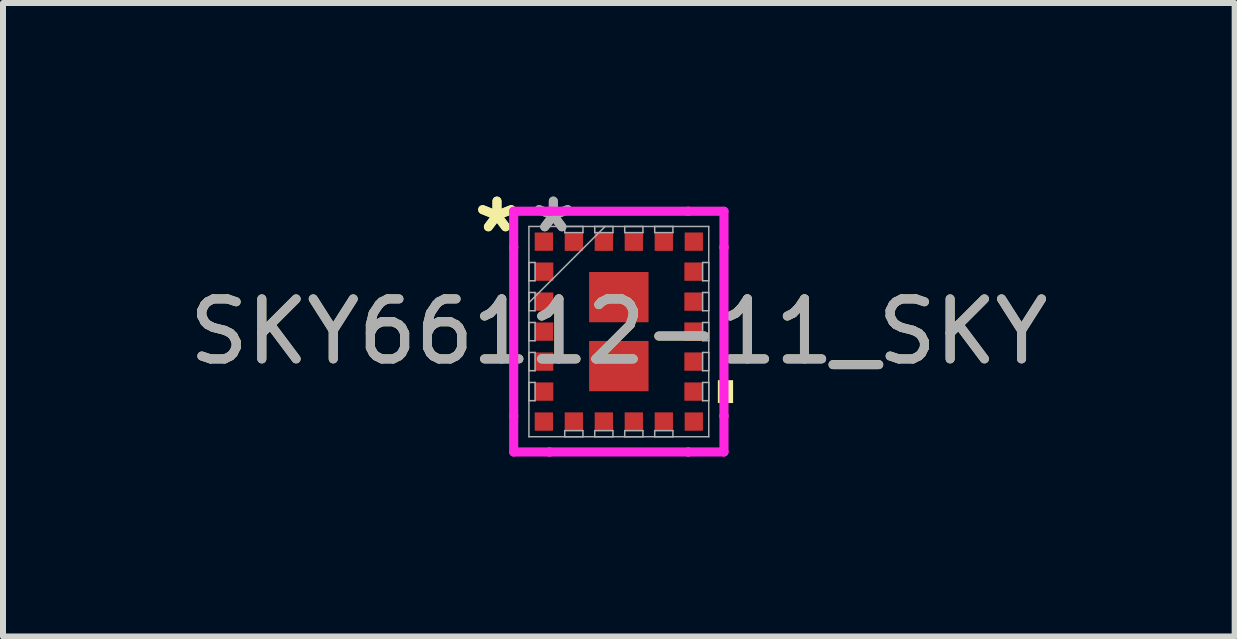
<source format=kicad_pcb>
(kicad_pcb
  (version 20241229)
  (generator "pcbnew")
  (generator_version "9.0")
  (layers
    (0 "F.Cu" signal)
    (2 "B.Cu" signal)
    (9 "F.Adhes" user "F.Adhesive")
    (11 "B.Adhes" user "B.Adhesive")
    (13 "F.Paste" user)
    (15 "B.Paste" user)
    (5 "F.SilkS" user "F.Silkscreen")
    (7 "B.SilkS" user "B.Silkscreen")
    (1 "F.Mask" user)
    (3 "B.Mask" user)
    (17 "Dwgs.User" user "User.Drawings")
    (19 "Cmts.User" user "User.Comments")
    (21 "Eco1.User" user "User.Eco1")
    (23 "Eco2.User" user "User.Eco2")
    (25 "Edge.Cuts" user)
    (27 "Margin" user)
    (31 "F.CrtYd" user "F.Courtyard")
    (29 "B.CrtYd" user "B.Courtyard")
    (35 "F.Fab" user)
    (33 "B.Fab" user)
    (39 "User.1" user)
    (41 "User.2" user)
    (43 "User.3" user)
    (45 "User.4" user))
  (footprint "SKY66112-11_SKY"
    (layer "F.Cu")
    (at 7.268 2.479)
    (property "Reference" "SKY66112-11_SKY" (at 0 0 0) (unlocked yes) (layer "F.SilkS") (effects (font (size 1 1) (thickness 0.15))))
    (attr smd)
    (fp_poly (pts (xy 1.905 0.81) (xy 1.905 1.191) (xy 1.651 1.191) (xy 1.651 0.81)) (stroke (width 0) (type solid)) (fill yes) (layer "F.SilkS"))
    (fp_line (start -1.753 -2.007) (end -1.156 -2.007) (stroke (width 0.152) (type solid)) (layer "F.CrtYd"))
    (fp_line (start -1.753 -1.406) (end -1.753 -2.007) (stroke (width 0.152) (type solid)) (layer "F.CrtYd"))
    (fp_line (start -1.753 -1.406) (end -1.753 -1.406) (stroke (width 0.152) (type solid)) (layer "F.CrtYd"))
    (fp_line (start -1.753 1.406) (end -1.753 -1.406) (stroke (width 0.152) (type solid)) (layer "F.CrtYd"))
    (fp_line (start -1.753 1.406) (end -1.753 1.406) (stroke (width 0.152) (type solid)) (layer "F.CrtYd"))
    (fp_line (start -1.753 2.007) (end -1.753 1.406) (stroke (width 0.152) (type solid)) (layer "F.CrtYd"))
    (fp_line (start -1.156 -2.007) (end -1.156 -2.007) (stroke (width 0.152) (type solid)) (layer "F.CrtYd"))
    (fp_line (start -1.156 -2.007) (end 1.156 -2.007) (stroke (width 0.152) (type solid)) (layer "F.CrtYd"))
    (fp_line (start -1.156 2.007) (end -1.753 2.007) (stroke (width 0.152) (type solid)) (layer "F.CrtYd"))
    (fp_line (start -1.156 2.007) (end -1.156 2.007) (stroke (width 0.152) (type solid)) (layer "F.CrtYd"))
    (fp_line (start 1.156 -2.007) (end 1.156 -2.007) (stroke (width 0.152) (type solid)) (layer "F.CrtYd"))
    (fp_line (start 1.156 -2.007) (end 1.753 -2.007) (stroke (width 0.152) (type solid)) (layer "F.CrtYd"))
    (fp_line (start 1.156 2.007) (end -1.156 2.007) (stroke (width 0.152) (type solid)) (layer "F.CrtYd"))
    (fp_line (start 1.156 2.007) (end 1.156 2.007) (stroke (width 0.152) (type solid)) (layer "F.CrtYd"))
    (fp_line (start 1.753 -2.007) (end 1.753 -1.406) (stroke (width 0.152) (type solid)) (layer "F.CrtYd"))
    (fp_line (start 1.753 -1.406) (end 1.753 -1.406) (stroke (width 0.152) (type solid)) (layer "F.CrtYd"))
    (fp_line (start 1.753 -1.406) (end 1.753 1.406) (stroke (width 0.152) (type solid)) (layer "F.CrtYd"))
    (fp_line (start 1.753 1.406) (end 1.753 1.406) (stroke (width 0.152) (type solid)) (layer "F.CrtYd"))
    (fp_line (start 1.753 1.406) (end 1.753 2.007) (stroke (width 0.152) (type solid)) (layer "F.CrtYd"))
    (fp_line (start 1.753 2.007) (end 1.156 2.007) (stroke (width 0.152) (type solid)) (layer "F.CrtYd"))
    (fp_line (start -1.499 -1.753) (end -1.499 1.753) (stroke (width 0.025) (type solid)) (layer "F.Fab"))
    (fp_line (start -1.499 -1.152) (end -1.397 -1.152) (stroke (width 0.025) (type solid)) (layer "F.Fab"))
    (fp_line (start -1.499 -0.848) (end -1.499 -1.152) (stroke (width 0.025) (type solid)) (layer "F.Fab"))
    (fp_line (start -1.499 -0.652) (end -1.397 -0.652) (stroke (width 0.025) (type solid)) (layer "F.Fab"))
    (fp_line (start -1.499 -0.483) (end -0.229 -1.753) (stroke (width 0.025) (type solid)) (layer "F.Fab"))
    (fp_line (start -1.499 -0.348) (end -1.499 -0.652) (stroke (width 0.025) (type solid)) (layer "F.Fab"))
    (fp_line (start -1.499 -0.152) (end -1.397 -0.152) (stroke (width 0.025) (type solid)) (layer "F.Fab"))
    (fp_line (start -1.499 0.152) (end -1.499 -0.152) (stroke (width 0.025) (type solid)) (layer "F.Fab"))
    (fp_line (start -1.499 0.348) (end -1.397 0.348) (stroke (width 0.025) (type solid)) (layer "F.Fab"))
    (fp_line (start -1.499 0.652) (end -1.499 0.348) (stroke (width 0.025) (type solid)) (layer "F.Fab"))
    (fp_line (start -1.499 0.848) (end -1.397 0.848) (stroke (width 0.025) (type solid)) (layer "F.Fab"))
    (fp_line (start -1.499 1.152) (end -1.499 0.848) (stroke (width 0.025) (type solid)) (layer "F.Fab"))
    (fp_line (start -1.499 1.753) (end 1.499 1.753) (stroke (width 0.025) (type solid)) (layer "F.Fab"))
    (fp_line (start -1.397 -1.152) (end -1.397 -0.848) (stroke (width 0.025) (type solid)) (layer "F.Fab"))
    (fp_line (start -1.397 -0.848) (end -1.499 -0.848) (stroke (width 0.025) (type solid)) (layer "F.Fab"))
    (fp_line (start -1.397 -0.652) (end -1.397 -0.348) (stroke (width 0.025) (type solid)) (layer "F.Fab"))
    (fp_line (start -1.397 -0.348) (end -1.499 -0.348) (stroke (width 0.025) (type solid)) (layer "F.Fab"))
    (fp_line (start -1.397 -0.152) (end -1.397 0.152) (stroke (width 0.025) (type solid)) (layer "F.Fab"))
    (fp_line (start -1.397 0.152) (end -1.499 0.152) (stroke (width 0.025) (type solid)) (layer "F.Fab"))
    (fp_line (start -1.397 0.348) (end -1.397 0.652) (stroke (width 0.025) (type solid)) (layer "F.Fab"))
    (fp_line (start -1.397 0.652) (end -1.499 0.652) (stroke (width 0.025) (type solid)) (layer "F.Fab"))
    (fp_line (start -1.397 0.848) (end -1.397 1.152) (stroke (width 0.025) (type solid)) (layer "F.Fab"))
    (fp_line (start -1.397 1.152) (end -1.499 1.152) (stroke (width 0.025) (type solid)) (layer "F.Fab"))
    (fp_line (start -0.902 -1.753) (end -0.598 -1.753) (stroke (width 0.025) (type solid)) (layer "F.Fab"))
    (fp_line (start -0.902 -1.651) (end -0.902 -1.753) (stroke (width 0.025) (type solid)) (layer "F.Fab"))
    (fp_line (start -0.902 1.651) (end -0.598 1.651) (stroke (width 0.025) (type solid)) (layer "F.Fab"))
    (fp_line (start -0.902 1.753) (end -0.902 1.651) (stroke (width 0.025) (type solid)) (layer "F.Fab"))
    (fp_line (start -0.598 -1.753) (end -0.598 -1.651) (stroke (width 0.025) (type solid)) (layer "F.Fab"))
    (fp_line (start -0.598 -1.651) (end -0.902 -1.651) (stroke (width 0.025) (type solid)) (layer "F.Fab"))
    (fp_line (start -0.598 1.651) (end -0.598 1.753) (stroke (width 0.025) (type solid)) (layer "F.Fab"))
    (fp_line (start -0.598 1.753) (end -0.902 1.753) (stroke (width 0.025) (type solid)) (layer "F.Fab"))
    (fp_line (start -0.402 -1.753) (end -0.098 -1.753) (stroke (width 0.025) (type solid)) (layer "F.Fab"))
    (fp_line (start -0.402 -1.651) (end -0.402 -1.753) (stroke (width 0.025) (type solid)) (layer "F.Fab"))
    (fp_line (start -0.402 1.651) (end -0.098 1.651) (stroke (width 0.025) (type solid)) (layer "F.Fab"))
    (fp_line (start -0.402 1.753) (end -0.402 1.651) (stroke (width 0.025) (type solid)) (layer "F.Fab"))
    (fp_line (start -0.098 -1.753) (end -0.098 -1.651) (stroke (width 0.025) (type solid)) (layer "F.Fab"))
    (fp_line (start -0.098 -1.651) (end -0.402 -1.651) (stroke (width 0.025) (type solid)) (layer "F.Fab"))
    (fp_line (start -0.098 1.651) (end -0.098 1.753) (stroke (width 0.025) (type solid)) (layer "F.Fab"))
    (fp_line (start -0.098 1.753) (end -0.402 1.753) (stroke (width 0.025) (type solid)) (layer "F.Fab"))
    (fp_line (start 0.098 -1.753) (end 0.402 -1.753) (stroke (width 0.025) (type solid)) (layer "F.Fab"))
    (fp_line (start 0.098 -1.651) (end 0.098 -1.753) (stroke (width 0.025) (type solid)) (layer "F.Fab"))
    (fp_line (start 0.098 1.651) (end 0.402 1.651) (stroke (width 0.025) (type solid)) (layer "F.Fab"))
    (fp_line (start 0.098 1.753) (end 0.098 1.651) (stroke (width 0.025) (type solid)) (layer "F.Fab"))
    (fp_line (start 0.402 -1.753) (end 0.402 -1.651) (stroke (width 0.025) (type solid)) (layer "F.Fab"))
    (fp_line (start 0.402 -1.651) (end 0.098 -1.651) (stroke (width 0.025) (type solid)) (layer "F.Fab"))
    (fp_line (start 0.402 1.651) (end 0.402 1.753) (stroke (width 0.025) (type solid)) (layer "F.Fab"))
    (fp_line (start 0.402 1.753) (end 0.098 1.753) (stroke (width 0.025) (type solid)) (layer "F.Fab"))
    (fp_line (start 0.598 -1.753) (end 0.902 -1.753) (stroke (width 0.025) (type solid)) (layer "F.Fab"))
    (fp_line (start 0.598 -1.651) (end 0.598 -1.753) (stroke (width 0.025) (type solid)) (layer "F.Fab"))
    (fp_line (start 0.598 1.651) (end 0.902 1.651) (stroke (width 0.025) (type solid)) (layer "F.Fab"))
    (fp_line (start 0.598 1.753) (end 0.598 1.651) (stroke (width 0.025) (type solid)) (layer "F.Fab"))
    (fp_line (start 0.902 -1.753) (end 0.902 -1.651) (stroke (width 0.025) (type solid)) (layer "F.Fab"))
    (fp_line (start 0.902 -1.651) (end 0.598 -1.651) (stroke (width 0.025) (type solid)) (layer "F.Fab"))
    (fp_line (start 0.902 1.651) (end 0.902 1.753) (stroke (width 0.025) (type solid)) (layer "F.Fab"))
    (fp_line (start 0.902 1.753) (end 0.598 1.753) (stroke (width 0.025) (type solid)) (layer "F.Fab"))
    (fp_line (start 1.397 -1.152) (end 1.499 -1.152) (stroke (width 0.025) (type solid)) (layer "F.Fab"))
    (fp_line (start 1.397 -0.848) (end 1.397 -1.152) (stroke (width 0.025) (type solid)) (layer "F.Fab"))
    (fp_line (start 1.397 -0.652) (end 1.499 -0.652) (stroke (width 0.025) (type solid)) (layer "F.Fab"))
    (fp_line (start 1.397 -0.348) (end 1.397 -0.652) (stroke (width 0.025) (type solid)) (layer "F.Fab"))
    (fp_line (start 1.397 -0.152) (end 1.499 -0.152) (stroke (width 0.025) (type solid)) (layer "F.Fab"))
    (fp_line (start 1.397 0.152) (end 1.397 -0.152) (stroke (width 0.025) (type solid)) (layer "F.Fab"))
    (fp_line (start 1.397 0.348) (end 1.499 0.348) (stroke (width 0.025) (type solid)) (layer "F.Fab"))
    (fp_line (start 1.397 0.652) (end 1.397 0.348) (stroke (width 0.025) (type solid)) (layer "F.Fab"))
    (fp_line (start 1.397 0.848) (end 1.499 0.848) (stroke (width 0.025) (type solid)) (layer "F.Fab"))
    (fp_line (start 1.397 1.152) (end 1.397 0.848) (stroke (width 0.025) (type solid)) (layer "F.Fab"))
    (fp_line (start 1.499 -1.753) (end -1.499 -1.753) (stroke (width 0.025) (type solid)) (layer "F.Fab"))
    (fp_line (start 1.499 -1.152) (end 1.499 -0.848) (stroke (width 0.025) (type solid)) (layer "F.Fab"))
    (fp_line (start 1.499 -0.848) (end 1.397 -0.848) (stroke (width 0.025) (type solid)) (layer "F.Fab"))
    (fp_line (start 1.499 -0.652) (end 1.499 -0.348) (stroke (width 0.025) (type solid)) (layer "F.Fab"))
    (fp_line (start 1.499 -0.348) (end 1.397 -0.348) (stroke (width 0.025) (type solid)) (layer "F.Fab"))
    (fp_line (start 1.499 -0.152) (end 1.499 0.152) (stroke (width 0.025) (type solid)) (layer "F.Fab"))
    (fp_line (start 1.499 0.152) (end 1.397 0.152) (stroke (width 0.025) (type solid)) (layer "F.Fab"))
    (fp_line (start 1.499 0.348) (end 1.499 0.652) (stroke (width 0.025) (type solid)) (layer "F.Fab"))
    (fp_line (start 1.499 0.652) (end 1.397 0.652) (stroke (width 0.025) (type solid)) (layer "F.Fab"))
    (fp_line (start 1.499 0.848) (end 1.499 1.152) (stroke (width 0.025) (type solid)) (layer "F.Fab"))
    (fp_line (start 1.499 1.152) (end 1.397 1.152) (stroke (width 0.025) (type solid)) (layer "F.Fab"))
    (fp_line (start 1.499 1.753) (end 1.499 -1.753) (stroke (width 0.025) (type solid)) (layer "F.Fab"))
    (fp_text user "*" (at -2.032 -1.631 0) (layer "F.SilkS") (effects (font (size 1 1) (thickness 0.15))))
    (fp_text user "*" (at -2.032 -1.631 0) (unlocked yes) (layer "F.SilkS") (effects (font (size 1 1) (thickness 0.15))))
    (fp_text user "*" (at -1.092 -1.631 0) (layer "F.Fab") (effects (font (size 1 1) (thickness 0.15))))
    (fp_text user "*" (at -1.092 -1.631 0) (unlocked yes) (layer "F.Fab") (effects (font (size 1 1) (thickness 0.15))))
    (fp_text user "${REFERENCE}" (at 0 0 0) (unlocked yes) (layer "F.Fab") (effects (font (size 1 1) (thickness 0.15))))
    (pad "1" smd rect (at -1.25 -1.5) (size 0.305 0.305) (layers "F.Cu" "F.Mask" "F.Paste"))
    (pad "2" smd rect (at -1.245 -1 90) (size 0.305 0.305) (layers "F.Cu" "F.Mask" "F.Paste"))
    (pad "3" smd rect (at -1.245 -0.5 90) (size 0.305 0.305) (layers "F.Cu" "F.Mask" "F.Paste"))
    (pad "4" smd rect (at -1.245 0 90) (size 0.305 0.305) (layers "F.Cu" "F.Mask" "F.Paste"))
    (pad "5" smd rect (at -1.245 0.5 90) (size 0.305 0.305) (layers "F.Cu" "F.Mask" "F.Paste"))
    (pad "6" smd rect (at -1.245 1 90) (size 0.305 0.305) (layers "F.Cu" "F.Mask" "F.Paste"))
    (pad "7" smd rect (at -1.25 1.5) (size 0.305 0.305) (layers "F.Cu" "F.Mask" "F.Paste"))
    (pad "8" smd rect (at -0.75 1.499) (size 0.305 0.305) (layers "F.Cu" "F.Mask" "F.Paste"))
    (pad "9" smd rect (at -0.25 1.499) (size 0.305 0.305) (layers "F.Cu" "F.Mask" "F.Paste"))
    (pad "10" smd rect (at 0.25 1.499) (size 0.305 0.305) (layers "F.Cu" "F.Mask" "F.Paste"))
    (pad "11" smd rect (at 0.75 1.499) (size 0.305 0.305) (layers "F.Cu" "F.Mask" "F.Paste"))
    (pad "12" smd rect (at 1.25 1.5) (size 0.305 0.305) (layers "F.Cu" "F.Mask" "F.Paste"))
    (pad "13" smd rect (at 1.245 1 90) (size 0.305 0.305) (layers "F.Cu" "F.Mask" "F.Paste"))
    (pad "14" smd rect (at 1.245 0.5 90) (size 0.305 0.305) (layers "F.Cu" "F.Mask" "F.Paste"))
    (pad "15" smd rect (at 1.245 0 90) (size 0.305 0.305) (layers "F.Cu" "F.Mask" "F.Paste"))
    (pad "16" smd rect (at 1.245 -0.5 90) (size 0.305 0.305) (layers "F.Cu" "F.Mask" "F.Paste"))
    (pad "17" smd rect (at 1.245 -1 90) (size 0.305 0.305) (layers "F.Cu" "F.Mask" "F.Paste"))
    (pad "18" smd rect (at 1.25 -1.5) (size 0.305 0.305) (layers "F.Cu" "F.Mask" "F.Paste"))
    (pad "19" smd rect (at 0.75 -1.499) (size 0.305 0.305) (layers "F.Cu" "F.Mask" "F.Paste"))
    (pad "20" smd rect (at 0.25 -1.499) (size 0.305 0.305) (layers "F.Cu" "F.Mask" "F.Paste"))
    (pad "21" smd rect (at -0.25 -1.499) (size 0.305 0.305) (layers "F.Cu" "F.Mask" "F.Paste"))
    (pad "22" smd rect (at -0.75 -1.499) (size 0.305 0.305) (layers "F.Cu" "F.Mask" "F.Paste"))
    (pad "23" smd rect (at 0 -0.575) (size 0.991 0.838) (layers "F.Cu" "F.Mask" "F.Paste"))
    (pad "24" smd rect (at 0 0.575) (size 0.991 0.838) (layers "F.Cu" "F.Mask" "F.Paste")))
  (gr_rect
    (start -3 -3)
    (end 17.536 7.562)
    (stroke (width 0.1) (type default))
    (fill no)
    (layer "Edge.Cuts")))
</source>
